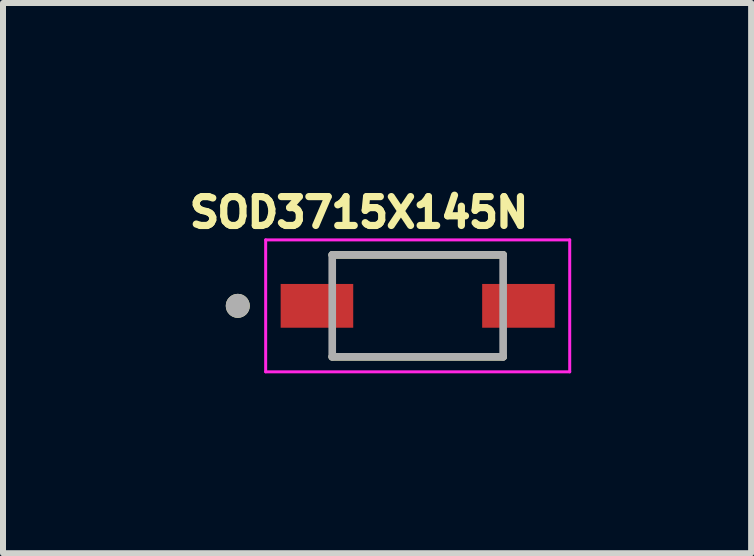
<source format=kicad_pcb>
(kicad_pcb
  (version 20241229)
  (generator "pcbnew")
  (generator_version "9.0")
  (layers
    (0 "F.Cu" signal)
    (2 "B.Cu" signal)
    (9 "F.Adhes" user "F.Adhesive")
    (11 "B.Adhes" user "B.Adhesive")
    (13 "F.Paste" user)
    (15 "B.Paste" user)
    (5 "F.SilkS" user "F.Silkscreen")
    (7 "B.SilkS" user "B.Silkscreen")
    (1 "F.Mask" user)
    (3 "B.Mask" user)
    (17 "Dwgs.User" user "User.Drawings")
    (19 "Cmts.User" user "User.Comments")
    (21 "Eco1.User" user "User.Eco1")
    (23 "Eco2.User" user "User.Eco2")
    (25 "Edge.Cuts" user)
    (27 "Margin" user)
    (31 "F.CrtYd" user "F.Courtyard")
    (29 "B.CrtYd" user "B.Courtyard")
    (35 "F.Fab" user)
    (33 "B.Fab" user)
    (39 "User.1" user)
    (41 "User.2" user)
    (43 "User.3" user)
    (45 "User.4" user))
  (footprint "SOD3715X145N"
    (layer "F.Cu")
    (at 3.915 2.05)
    (property "Reference" "SOD3715X145N" (at -0.978 -1.557 0) (layer "F.SilkS") (effects (font (size 0.481 0.481) (thickness 0.15))))
    (attr smd)
    (fp_line (start -1.425 -0.85) (end 1.425 -0.85) (stroke (width 0.127) (type solid)) (layer "F.SilkS"))
    (fp_line (start 1.425 0.85) (end -1.425 0.85) (stroke (width 0.127) (type solid)) (layer "F.SilkS"))
    (fp_circle (center -3 0) (end -2.9 0) (stroke (width 0.2) (type solid)) (fill no) (layer "F.SilkS"))
    (fp_line (start -2.535 -1.1) (end 2.535 -1.1) (stroke (width 0.05) (type solid)) (layer "F.CrtYd"))
    (fp_line (start -2.535 1.1) (end -2.535 -1.1) (stroke (width 0.05) (type solid)) (layer "F.CrtYd"))
    (fp_line (start 2.535 -1.1) (end 2.535 1.1) (stroke (width 0.05) (type solid)) (layer "F.CrtYd"))
    (fp_line (start 2.535 1.1) (end -2.535 1.1) (stroke (width 0.05) (type solid)) (layer "F.CrtYd"))
    (fp_line (start -1.425 -0.85) (end 1.425 -0.85) (stroke (width 0.127) (type solid)) (layer "F.Fab"))
    (fp_line (start -1.425 0.85) (end -1.425 -0.85) (stroke (width 0.127) (type solid)) (layer "F.Fab"))
    (fp_line (start 1.425 -0.85) (end 1.425 0.85) (stroke (width 0.127) (type solid)) (layer "F.Fab"))
    (fp_line (start 1.425 0.85) (end -1.425 0.85) (stroke (width 0.127) (type solid)) (layer "F.Fab"))
    (fp_circle (center -3 0) (end -2.9 0) (stroke (width 0.2) (type solid)) (fill no) (layer "F.Fab"))
    (pad "A" smd rect (at 1.68 0) (size 1.21 0.73) (layers "F.Cu" "F.Mask" "F.Paste"))
    (pad "C" smd rect (at -1.68 0) (size 1.21 0.73) (layers "F.Cu" "F.Mask" "F.Paste")))
  (gr_rect
    (start -3 -3)
    (end 9.475 6.175)
    (stroke (width 0.1) (type default))
    (fill no)
    (layer "Edge.Cuts")))
</source>
